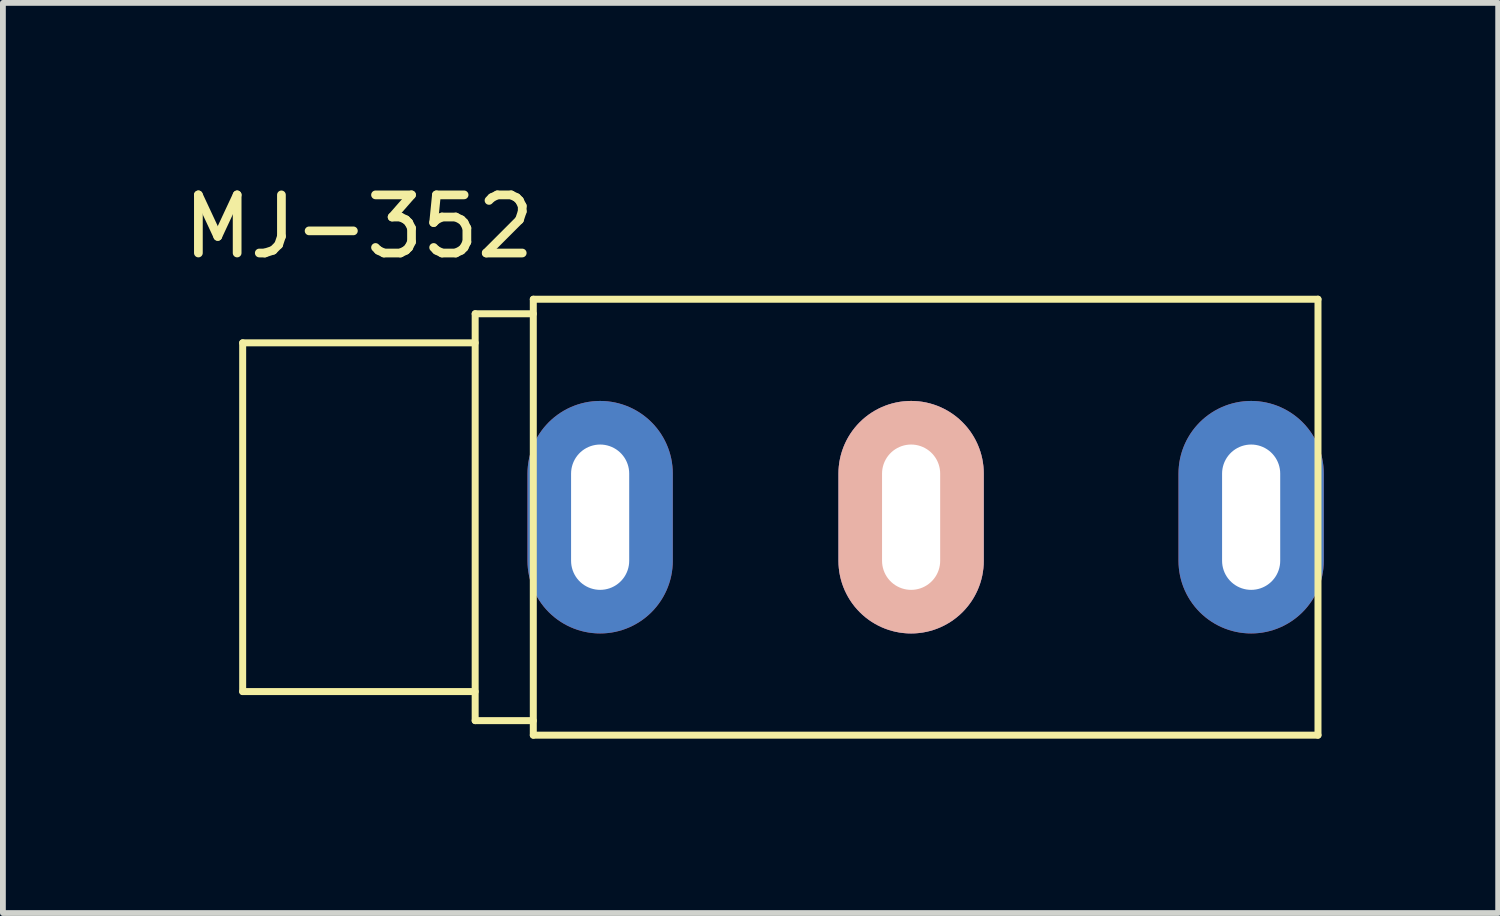
<source format=kicad_pcb>
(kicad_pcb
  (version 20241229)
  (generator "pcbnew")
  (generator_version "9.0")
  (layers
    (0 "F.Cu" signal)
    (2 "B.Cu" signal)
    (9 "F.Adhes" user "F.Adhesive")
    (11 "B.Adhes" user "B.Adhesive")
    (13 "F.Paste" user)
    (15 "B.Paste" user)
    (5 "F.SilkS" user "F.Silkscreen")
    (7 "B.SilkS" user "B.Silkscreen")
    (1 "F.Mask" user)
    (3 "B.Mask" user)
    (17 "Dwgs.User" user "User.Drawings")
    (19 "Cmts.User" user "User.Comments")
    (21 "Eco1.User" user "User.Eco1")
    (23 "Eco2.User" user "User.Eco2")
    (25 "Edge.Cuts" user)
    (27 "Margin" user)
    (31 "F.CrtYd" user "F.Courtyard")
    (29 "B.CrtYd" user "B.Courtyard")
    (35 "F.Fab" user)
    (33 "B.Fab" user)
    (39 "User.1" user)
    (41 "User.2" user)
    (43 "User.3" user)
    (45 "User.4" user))
  (footprint "MJ-352"
    (layer "F.Cu")
    (at 1.125 5.848)
    (property "Reference" "MJ-352" (at 2 -5 0) (layer "F.SilkS") (effects (font (size 1 1) (thickness 0.15))))
    (attr through_hole)
    (fp_line (start 0 -3) (end 0 3) (stroke (width 0.12) (type solid)) (layer "F.SilkS"))
    (fp_line (start 0 3) (end 4 3) (stroke (width 0.12) (type solid)) (layer "F.SilkS"))
    (fp_line (start 4 -3.5) (end 4 3.5) (stroke (width 0.12) (type solid)) (layer "F.SilkS"))
    (fp_line (start 4 -3) (end 0 -3) (stroke (width 0.12) (type solid)) (layer "F.SilkS"))
    (fp_line (start 4 3.5) (end 5 3.5) (stroke (width 0.12) (type solid)) (layer "F.SilkS"))
    (fp_line (start 5 -3.75) (end 5 3.75) (stroke (width 0.12) (type solid)) (layer "F.SilkS"))
    (fp_line (start 5 -3.5) (end 4 -3.5) (stroke (width 0.12) (type solid)) (layer "F.SilkS"))
    (fp_line (start 5 3.75) (end 18.5 3.75) (stroke (width 0.12) (type solid)) (layer "F.SilkS"))
    (fp_line (start 18.5 -3.75) (end 5 -3.75) (stroke (width 0.12) (type solid)) (layer "F.SilkS"))
    (fp_line (start 18.5 3.75) (end 18.5 -3.75) (stroke (width 0.12) (type solid)) (layer "F.SilkS"))
    (pad "S" thru_hole oval (at 6.15 0) (size 2.5 4) (drill oval 1 2.5) (layers "*.Cu" "*.Mask"))
    (pad "T" thru_hole oval (at 11.5 0) (size 2.5 4) (drill oval 1 2.5) (layers "*.Cu" "*.Mask" "B.SilkS"))
    (pad "TN" thru_hole oval (at 17.35 0) (size 2.5 4) (drill oval 1 2.5) (layers "*.Cu" "*.Mask")))
  (gr_rect
    (start -3 -3)
    (end 22.725 12.658)
    (stroke (width 0.1) (type default))
    (fill no)
    (layer "Edge.Cuts")))
</source>
